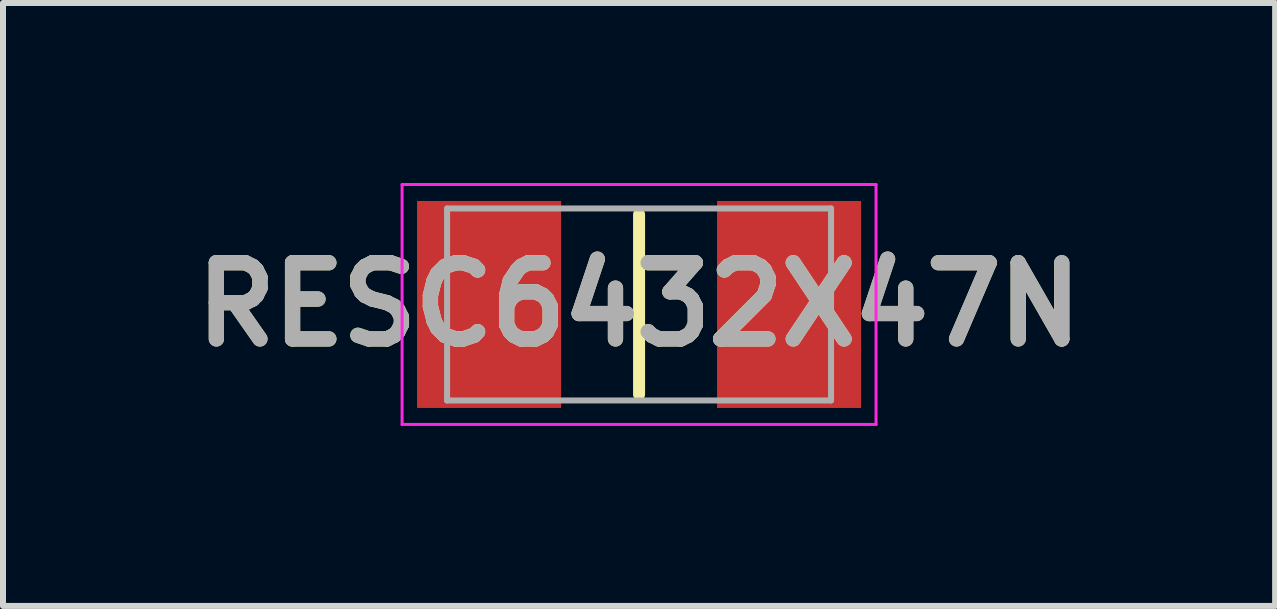
<source format=kicad_pcb>
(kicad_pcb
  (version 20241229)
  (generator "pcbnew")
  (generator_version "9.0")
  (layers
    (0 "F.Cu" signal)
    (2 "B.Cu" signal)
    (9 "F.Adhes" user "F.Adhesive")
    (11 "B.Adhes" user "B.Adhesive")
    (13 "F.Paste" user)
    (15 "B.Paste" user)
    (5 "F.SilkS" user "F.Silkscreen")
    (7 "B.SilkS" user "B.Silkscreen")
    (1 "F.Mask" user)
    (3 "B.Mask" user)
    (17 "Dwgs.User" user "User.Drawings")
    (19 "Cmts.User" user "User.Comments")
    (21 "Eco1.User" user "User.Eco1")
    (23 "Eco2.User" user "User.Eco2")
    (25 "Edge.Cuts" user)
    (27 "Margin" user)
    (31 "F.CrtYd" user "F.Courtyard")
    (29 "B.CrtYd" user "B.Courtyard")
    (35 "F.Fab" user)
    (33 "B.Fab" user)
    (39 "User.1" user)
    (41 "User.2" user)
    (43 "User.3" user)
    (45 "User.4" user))
  (footprint "RESC6432X47N"
    (layer "F.Cu")
    (at 7.602 2.025)
    (property "Reference" "RESC6432X47N" (at 0 0 0) (layer "F.SilkS") (effects (font (size 1.27 1.27) (thickness 0.254))))
    (attr smd)
    (fp_line (start 0 -1.5) (end 0 1.5) (stroke (width 0.2) (type solid)) (layer "F.SilkS"))
    (fp_line (start -3.95 -2) (end 3.95 -2) (stroke (width 0.05) (type solid)) (layer "F.CrtYd"))
    (fp_line (start -3.95 2) (end -3.95 -2) (stroke (width 0.05) (type solid)) (layer "F.CrtYd"))
    (fp_line (start 3.95 -2) (end 3.95 2) (stroke (width 0.05) (type solid)) (layer "F.CrtYd"))
    (fp_line (start 3.95 2) (end -3.95 2) (stroke (width 0.05) (type solid)) (layer "F.CrtYd"))
    (fp_line (start -3.2 -1.6) (end 3.2 -1.6) (stroke (width 0.1) (type solid)) (layer "F.Fab"))
    (fp_line (start -3.2 1.6) (end -3.2 -1.6) (stroke (width 0.1) (type solid)) (layer "F.Fab"))
    (fp_line (start 3.2 -1.6) (end 3.2 1.6) (stroke (width 0.1) (type solid)) (layer "F.Fab"))
    (fp_line (start 3.2 1.6) (end -3.2 1.6) (stroke (width 0.1) (type solid)) (layer "F.Fab"))
    (fp_text user "${REFERENCE}" (at 0 0 0) (layer "F.Fab") (effects (font (size 1.27 1.27) (thickness 0.254))))
    (pad "1" smd rect (at -2.5 0) (size 2.4 3.45) (layers "F.Cu" "F.Mask" "F.Paste"))
    (pad "2" smd rect (at 2.5 0) (size 2.4 3.45) (layers "F.Cu" "F.Mask" "F.Paste")))
  (gr_rect
    (start -3 -3)
    (end 18.204 7.05)
    (stroke (width 0.1) (type default))
    (fill no)
    (layer "Edge.Cuts")))
</source>
